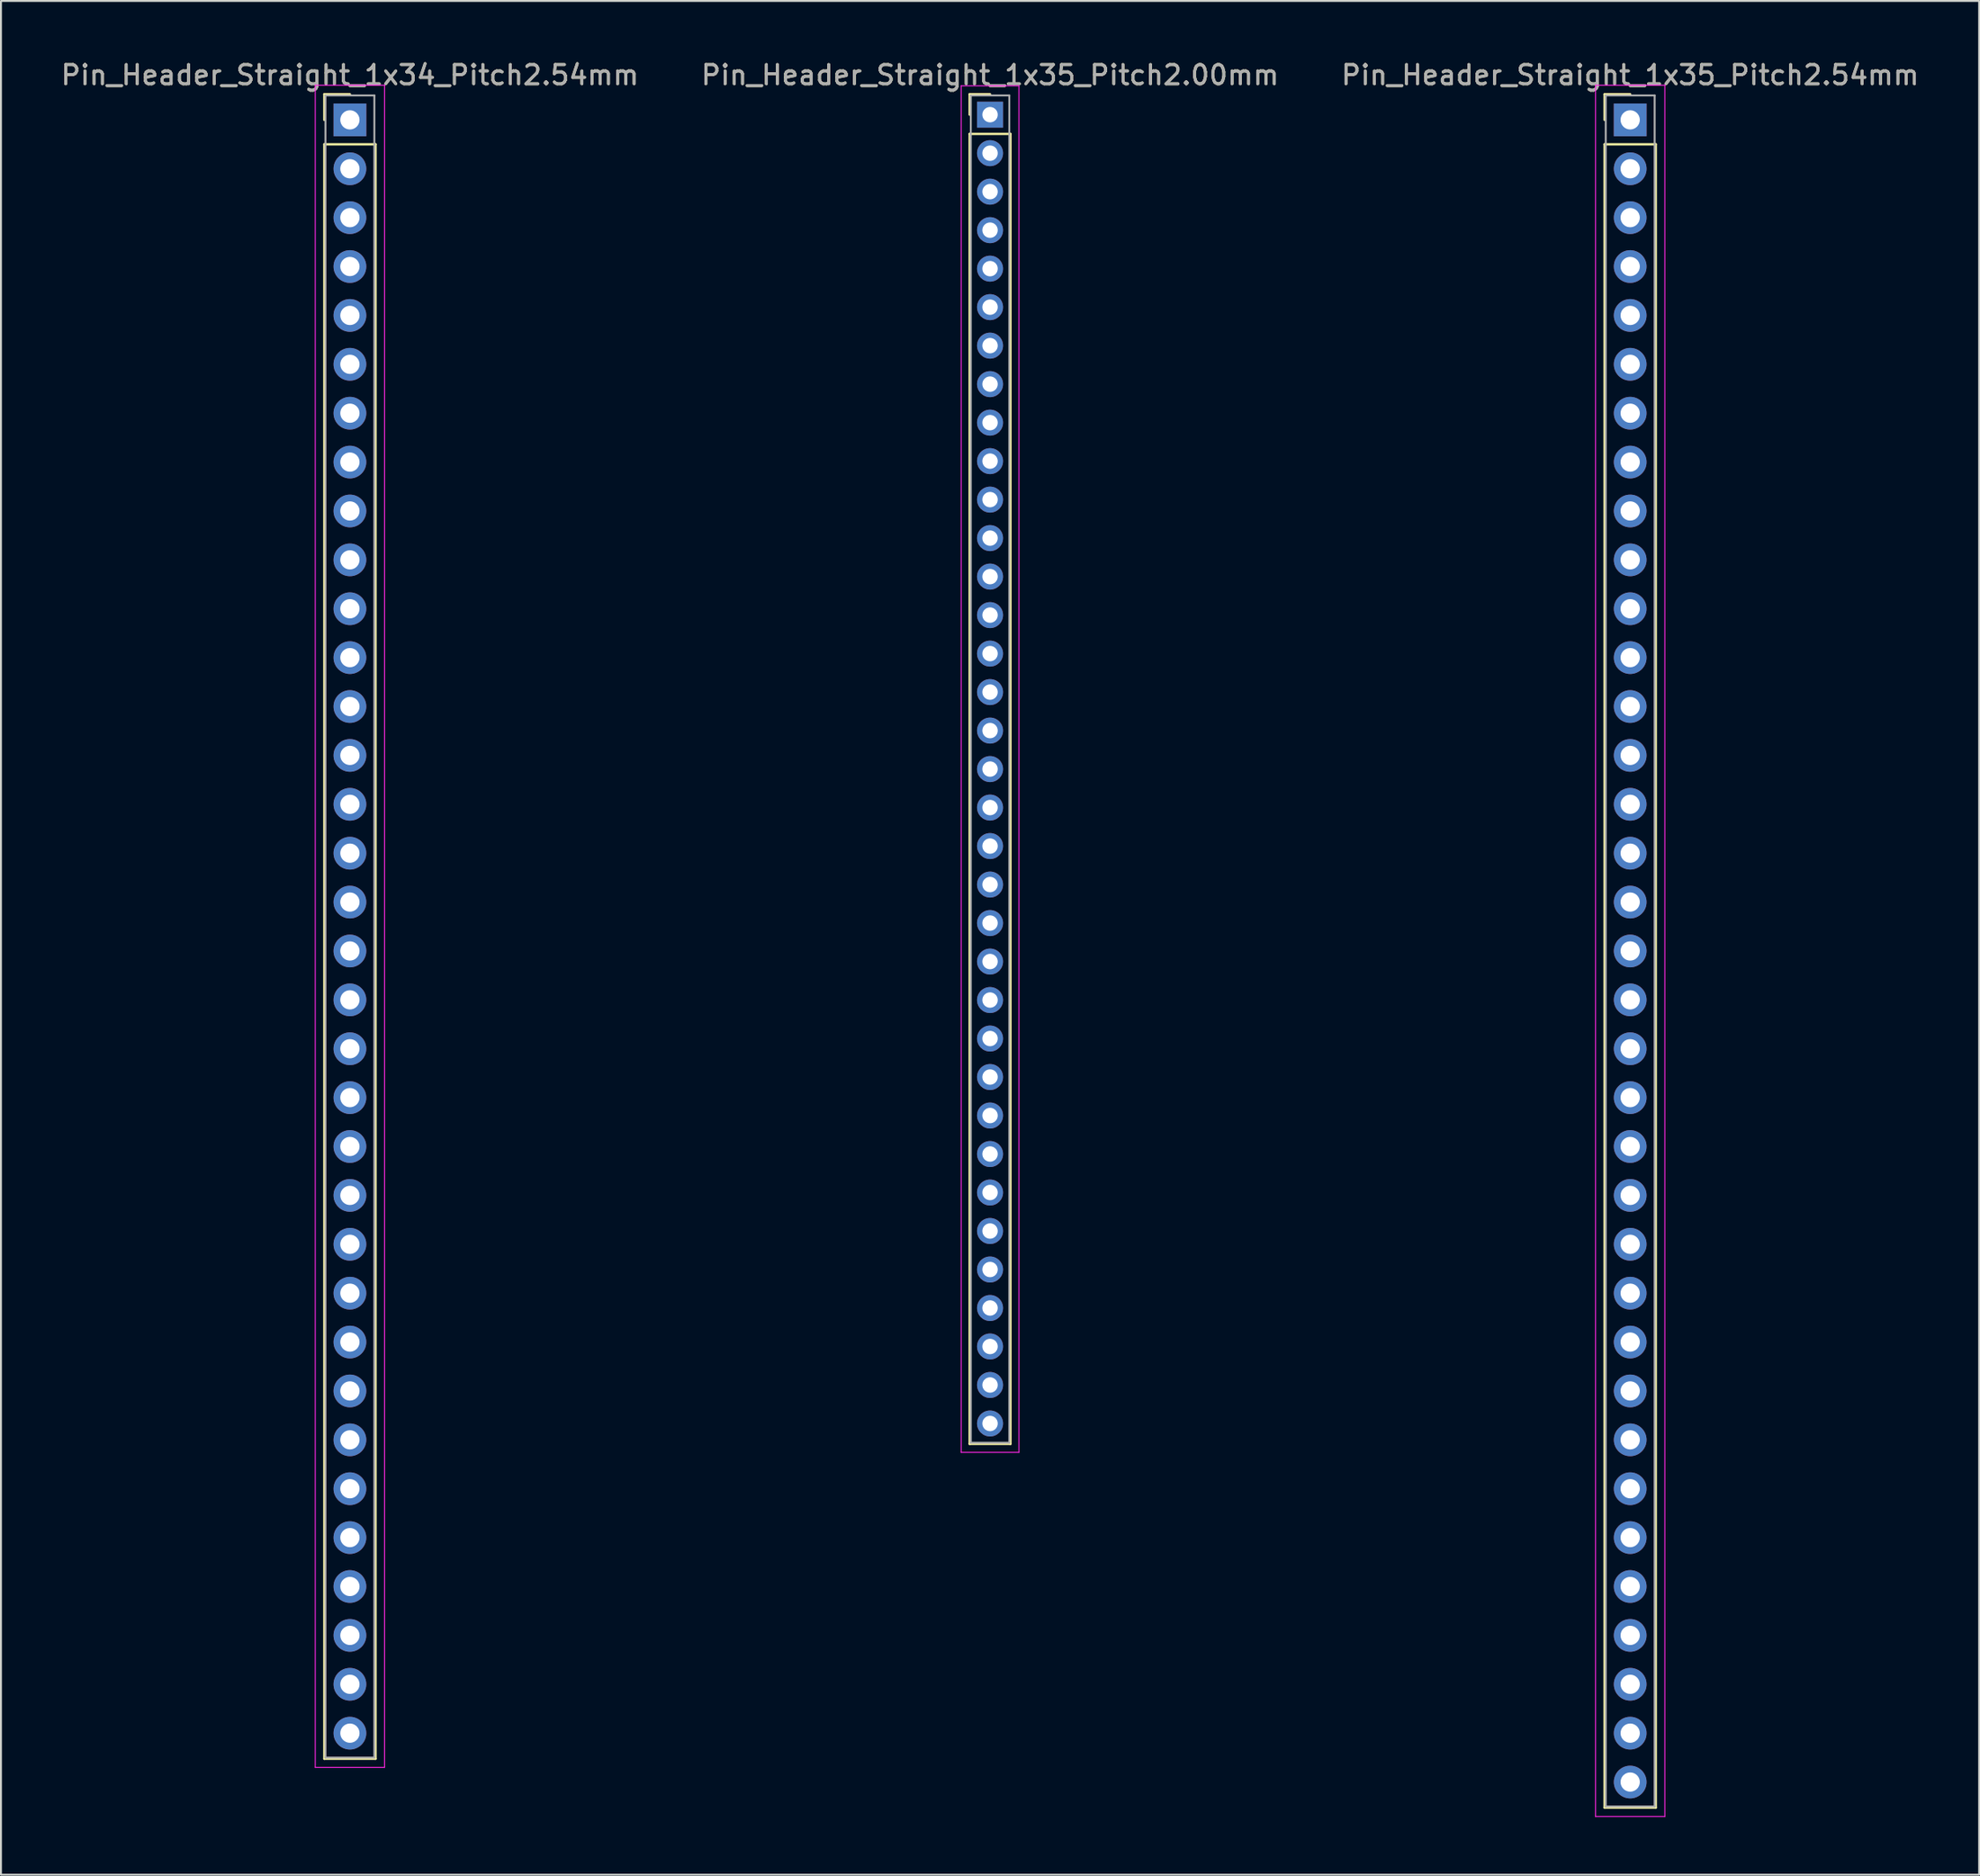
<source format=kicad_pcb>
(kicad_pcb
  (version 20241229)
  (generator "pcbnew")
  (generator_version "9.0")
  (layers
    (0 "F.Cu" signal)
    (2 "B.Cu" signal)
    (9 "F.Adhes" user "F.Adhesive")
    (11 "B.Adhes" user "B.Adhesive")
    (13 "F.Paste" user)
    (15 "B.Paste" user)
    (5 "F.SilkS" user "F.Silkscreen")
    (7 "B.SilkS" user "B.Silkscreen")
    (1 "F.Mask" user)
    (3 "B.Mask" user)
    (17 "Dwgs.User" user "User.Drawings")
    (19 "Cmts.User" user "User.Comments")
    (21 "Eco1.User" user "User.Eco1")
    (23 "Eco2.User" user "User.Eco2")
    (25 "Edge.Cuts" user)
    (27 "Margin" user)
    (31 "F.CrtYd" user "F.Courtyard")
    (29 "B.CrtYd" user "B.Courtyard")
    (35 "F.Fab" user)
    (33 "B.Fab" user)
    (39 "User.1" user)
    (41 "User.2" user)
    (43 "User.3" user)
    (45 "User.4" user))
  (footprint "Pin_Header_Straight_1x35_Pitch2.54mm"
    (layer "F.Cu")
    (at 81.625 3.178)
    (property "Reference" "Pin_Header_Straight_1x35_Pitch2.54mm" (at 0 -2.33 0) (layer "F.SilkS") (effects (font (size 1 1) (thickness 0.15))))
    (attr through_hole)
    (fp_line (start -1.33 -1.33) (end 0 -1.33) (stroke (width 0.12) (type solid)) (layer "F.SilkS"))
    (fp_line (start -1.33 0) (end -1.33 -1.33) (stroke (width 0.12) (type solid)) (layer "F.SilkS"))
    (fp_line (start -1.33 1.27) (end -1.33 87.69) (stroke (width 0.12) (type solid)) (layer "F.SilkS"))
    (fp_line (start -1.33 87.69) (end 1.33 87.69) (stroke (width 0.12) (type solid)) (layer "F.SilkS"))
    (fp_line (start 1.33 1.27) (end -1.33 1.27) (stroke (width 0.12) (type solid)) (layer "F.SilkS"))
    (fp_line (start 1.33 87.69) (end 1.33 1.27) (stroke (width 0.12) (type solid)) (layer "F.SilkS"))
    (fp_line (start -1.8 -1.8) (end -1.8 88.15) (stroke (width 0.05) (type solid)) (layer "F.CrtYd"))
    (fp_line (start -1.8 88.15) (end 1.8 88.15) (stroke (width 0.05) (type solid)) (layer "F.CrtYd"))
    (fp_line (start 1.8 -1.8) (end -1.8 -1.8) (stroke (width 0.05) (type solid)) (layer "F.CrtYd"))
    (fp_line (start 1.8 88.15) (end 1.8 -1.8) (stroke (width 0.05) (type solid)) (layer "F.CrtYd"))
    (fp_line (start -1.27 -1.27) (end -1.27 87.63) (stroke (width 0.1) (type solid)) (layer "F.Fab"))
    (fp_line (start -1.27 87.63) (end 1.27 87.63) (stroke (width 0.1) (type solid)) (layer "F.Fab"))
    (fp_line (start 1.27 -1.27) (end -1.27 -1.27) (stroke (width 0.1) (type solid)) (layer "F.Fab"))
    (fp_line (start 1.27 87.63) (end 1.27 -1.27) (stroke (width 0.1) (type solid)) (layer "F.Fab"))
    (fp_text user "${REFERENCE}" (at 0 -2.33 0) (layer "F.Fab") (effects (font (size 1 1) (thickness 0.15))))
    (pad "1" thru_hole rect (at 0 0) (size 1.7 1.7) (drill 1) (layers "*.Cu" "*.Mask"))
    (pad "2" thru_hole oval (at 0 2.54) (size 1.7 1.7) (drill 1) (layers "*.Cu" "*.Mask"))
    (pad "3" thru_hole oval (at 0 5.08) (size 1.7 1.7) (drill 1) (layers "*.Cu" "*.Mask"))
    (pad "4" thru_hole oval (at 0 7.62) (size 1.7 1.7) (drill 1) (layers "*.Cu" "*.Mask"))
    (pad "5" thru_hole oval (at 0 10.16) (size 1.7 1.7) (drill 1) (layers "*.Cu" "*.Mask"))
    (pad "6" thru_hole oval (at 0 12.7) (size 1.7 1.7) (drill 1) (layers "*.Cu" "*.Mask"))
    (pad "7" thru_hole oval (at 0 15.24) (size 1.7 1.7) (drill 1) (layers "*.Cu" "*.Mask"))
    (pad "8" thru_hole oval (at 0 17.78) (size 1.7 1.7) (drill 1) (layers "*.Cu" "*.Mask"))
    (pad "9" thru_hole oval (at 0 20.32) (size 1.7 1.7) (drill 1) (layers "*.Cu" "*.Mask"))
    (pad "10" thru_hole oval (at 0 22.86) (size 1.7 1.7) (drill 1) (layers "*.Cu" "*.Mask"))
    (pad "11" thru_hole oval (at 0 25.4) (size 1.7 1.7) (drill 1) (layers "*.Cu" "*.Mask"))
    (pad "12" thru_hole oval (at 0 27.94) (size 1.7 1.7) (drill 1) (layers "*.Cu" "*.Mask"))
    (pad "13" thru_hole oval (at 0 30.48) (size 1.7 1.7) (drill 1) (layers "*.Cu" "*.Mask"))
    (pad "14" thru_hole oval (at 0 33.02) (size 1.7 1.7) (drill 1) (layers "*.Cu" "*.Mask"))
    (pad "15" thru_hole oval (at 0 35.56) (size 1.7 1.7) (drill 1) (layers "*.Cu" "*.Mask"))
    (pad "16" thru_hole oval (at 0 38.1) (size 1.7 1.7) (drill 1) (layers "*.Cu" "*.Mask"))
    (pad "17" thru_hole oval (at 0 40.64) (size 1.7 1.7) (drill 1) (layers "*.Cu" "*.Mask"))
    (pad "18" thru_hole oval (at 0 43.18) (size 1.7 1.7) (drill 1) (layers "*.Cu" "*.Mask"))
    (pad "19" thru_hole oval (at 0 45.72) (size 1.7 1.7) (drill 1) (layers "*.Cu" "*.Mask"))
    (pad "20" thru_hole oval (at 0 48.26) (size 1.7 1.7) (drill 1) (layers "*.Cu" "*.Mask"))
    (pad "21" thru_hole oval (at 0 50.8) (size 1.7 1.7) (drill 1) (layers "*.Cu" "*.Mask"))
    (pad "22" thru_hole oval (at 0 53.34) (size 1.7 1.7) (drill 1) (layers "*.Cu" "*.Mask"))
    (pad "23" thru_hole oval (at 0 55.88) (size 1.7 1.7) (drill 1) (layers "*.Cu" "*.Mask"))
    (pad "24" thru_hole oval (at 0 58.42) (size 1.7 1.7) (drill 1) (layers "*.Cu" "*.Mask"))
    (pad "25" thru_hole oval (at 0 60.96) (size 1.7 1.7) (drill 1) (layers "*.Cu" "*.Mask"))
    (pad "26" thru_hole oval (at 0 63.5) (size 1.7 1.7) (drill 1) (layers "*.Cu" "*.Mask"))
    (pad "27" thru_hole oval (at 0 66.04) (size 1.7 1.7) (drill 1) (layers "*.Cu" "*.Mask"))
    (pad "28" thru_hole oval (at 0 68.58) (size 1.7 1.7) (drill 1) (layers "*.Cu" "*.Mask"))
    (pad "29" thru_hole oval (at 0 71.12) (size 1.7 1.7) (drill 1) (layers "*.Cu" "*.Mask"))
    (pad "30" thru_hole oval (at 0 73.66) (size 1.7 1.7) (drill 1) (layers "*.Cu" "*.Mask"))
    (pad "31" thru_hole oval (at 0 76.2) (size 1.7 1.7) (drill 1) (layers "*.Cu" "*.Mask"))
    (pad "32" thru_hole oval (at 0 78.74) (size 1.7 1.7) (drill 1) (layers "*.Cu" "*.Mask"))
    (pad "33" thru_hole oval (at 0 81.28) (size 1.7 1.7) (drill 1) (layers "*.Cu" "*.Mask"))
    (pad "34" thru_hole oval (at 0 83.82) (size 1.7 1.7) (drill 1) (layers "*.Cu" "*.Mask"))
    (pad "35" thru_hole oval (at 0 86.36) (size 1.7 1.7) (drill 1) (layers "*.Cu" "*.Mask")))
  (footprint "Pin_Header_Straight_1x34_Pitch2.54mm"
    (layer "F.Cu")
    (at 15.125 3.178)
    (property "Reference" "Pin_Header_Straight_1x34_Pitch2.54mm" (at 0 -2.33 0) (layer "F.SilkS") (effects (font (size 1 1) (thickness 0.15))))
    (attr through_hole)
    (fp_line (start -1.33 -1.33) (end 0 -1.33) (stroke (width 0.12) (type solid)) (layer "F.SilkS"))
    (fp_line (start -1.33 0) (end -1.33 -1.33) (stroke (width 0.12) (type solid)) (layer "F.SilkS"))
    (fp_line (start -1.33 1.27) (end -1.33 85.15) (stroke (width 0.12) (type solid)) (layer "F.SilkS"))
    (fp_line (start -1.33 85.15) (end 1.33 85.15) (stroke (width 0.12) (type solid)) (layer "F.SilkS"))
    (fp_line (start 1.33 1.27) (end -1.33 1.27) (stroke (width 0.12) (type solid)) (layer "F.SilkS"))
    (fp_line (start 1.33 85.15) (end 1.33 1.27) (stroke (width 0.12) (type solid)) (layer "F.SilkS"))
    (fp_line (start -1.8 -1.8) (end -1.8 85.6) (stroke (width 0.05) (type solid)) (layer "F.CrtYd"))
    (fp_line (start -1.8 85.6) (end 1.8 85.6) (stroke (width 0.05) (type solid)) (layer "F.CrtYd"))
    (fp_line (start 1.8 -1.8) (end -1.8 -1.8) (stroke (width 0.05) (type solid)) (layer "F.CrtYd"))
    (fp_line (start 1.8 85.6) (end 1.8 -1.8) (stroke (width 0.05) (type solid)) (layer "F.CrtYd"))
    (fp_line (start -1.27 -1.27) (end -1.27 85.09) (stroke (width 0.1) (type solid)) (layer "F.Fab"))
    (fp_line (start -1.27 85.09) (end 1.27 85.09) (stroke (width 0.1) (type solid)) (layer "F.Fab"))
    (fp_line (start 1.27 -1.27) (end -1.27 -1.27) (stroke (width 0.1) (type solid)) (layer "F.Fab"))
    (fp_line (start 1.27 85.09) (end 1.27 -1.27) (stroke (width 0.1) (type solid)) (layer "F.Fab"))
    (fp_text user "${REFERENCE}" (at 0 -2.33 0) (layer "F.Fab") (effects (font (size 1 1) (thickness 0.15))))
    (pad "1" thru_hole rect (at 0 0) (size 1.7 1.7) (drill 1) (layers "*.Cu" "*.Mask"))
    (pad "2" thru_hole oval (at 0 2.54) (size 1.7 1.7) (drill 1) (layers "*.Cu" "*.Mask"))
    (pad "3" thru_hole oval (at 0 5.08) (size 1.7 1.7) (drill 1) (layers "*.Cu" "*.Mask"))
    (pad "4" thru_hole oval (at 0 7.62) (size 1.7 1.7) (drill 1) (layers "*.Cu" "*.Mask"))
    (pad "5" thru_hole oval (at 0 10.16) (size 1.7 1.7) (drill 1) (layers "*.Cu" "*.Mask"))
    (pad "6" thru_hole oval (at 0 12.7) (size 1.7 1.7) (drill 1) (layers "*.Cu" "*.Mask"))
    (pad "7" thru_hole oval (at 0 15.24) (size 1.7 1.7) (drill 1) (layers "*.Cu" "*.Mask"))
    (pad "8" thru_hole oval (at 0 17.78) (size 1.7 1.7) (drill 1) (layers "*.Cu" "*.Mask"))
    (pad "9" thru_hole oval (at 0 20.32) (size 1.7 1.7) (drill 1) (layers "*.Cu" "*.Mask"))
    (pad "10" thru_hole oval (at 0 22.86) (size 1.7 1.7) (drill 1) (layers "*.Cu" "*.Mask"))
    (pad "11" thru_hole oval (at 0 25.4) (size 1.7 1.7) (drill 1) (layers "*.Cu" "*.Mask"))
    (pad "12" thru_hole oval (at 0 27.94) (size 1.7 1.7) (drill 1) (layers "*.Cu" "*.Mask"))
    (pad "13" thru_hole oval (at 0 30.48) (size 1.7 1.7) (drill 1) (layers "*.Cu" "*.Mask"))
    (pad "14" thru_hole oval (at 0 33.02) (size 1.7 1.7) (drill 1) (layers "*.Cu" "*.Mask"))
    (pad "15" thru_hole oval (at 0 35.56) (size 1.7 1.7) (drill 1) (layers "*.Cu" "*.Mask"))
    (pad "16" thru_hole oval (at 0 38.1) (size 1.7 1.7) (drill 1) (layers "*.Cu" "*.Mask"))
    (pad "17" thru_hole oval (at 0 40.64) (size 1.7 1.7) (drill 1) (layers "*.Cu" "*.Mask"))
    (pad "18" thru_hole oval (at 0 43.18) (size 1.7 1.7) (drill 1) (layers "*.Cu" "*.Mask"))
    (pad "19" thru_hole oval (at 0 45.72) (size 1.7 1.7) (drill 1) (layers "*.Cu" "*.Mask"))
    (pad "20" thru_hole oval (at 0 48.26) (size 1.7 1.7) (drill 1) (layers "*.Cu" "*.Mask"))
    (pad "21" thru_hole oval (at 0 50.8) (size 1.7 1.7) (drill 1) (layers "*.Cu" "*.Mask"))
    (pad "22" thru_hole oval (at 0 53.34) (size 1.7 1.7) (drill 1) (layers "*.Cu" "*.Mask"))
    (pad "23" thru_hole oval (at 0 55.88) (size 1.7 1.7) (drill 1) (layers "*.Cu" "*.Mask"))
    (pad "24" thru_hole oval (at 0 58.42) (size 1.7 1.7) (drill 1) (layers "*.Cu" "*.Mask"))
    (pad "25" thru_hole oval (at 0 60.96) (size 1.7 1.7) (drill 1) (layers "*.Cu" "*.Mask"))
    (pad "26" thru_hole oval (at 0 63.5) (size 1.7 1.7) (drill 1) (layers "*.Cu" "*.Mask"))
    (pad "27" thru_hole oval (at 0 66.04) (size 1.7 1.7) (drill 1) (layers "*.Cu" "*.Mask"))
    (pad "28" thru_hole oval (at 0 68.58) (size 1.7 1.7) (drill 1) (layers "*.Cu" "*.Mask"))
    (pad "29" thru_hole oval (at 0 71.12) (size 1.7 1.7) (drill 1) (layers "*.Cu" "*.Mask"))
    (pad "30" thru_hole oval (at 0 73.66) (size 1.7 1.7) (drill 1) (layers "*.Cu" "*.Mask"))
    (pad "31" thru_hole oval (at 0 76.2) (size 1.7 1.7) (drill 1) (layers "*.Cu" "*.Mask"))
    (pad "32" thru_hole oval (at 0 78.74) (size 1.7 1.7) (drill 1) (layers "*.Cu" "*.Mask"))
    (pad "33" thru_hole oval (at 0 81.28) (size 1.7 1.7) (drill 1) (layers "*.Cu" "*.Mask"))
    (pad "34" thru_hole oval (at 0 83.82) (size 1.7 1.7) (drill 1) (layers "*.Cu" "*.Mask")))
  (footprint "Pin_Header_Straight_1x35_Pitch2.00mm"
    (layer "F.Cu")
    (at 48.375 2.908)
    (property "Reference" "Pin_Header_Straight_1x35_Pitch2.00mm" (at 0 -2.06 0) (layer "F.SilkS") (effects (font (size 1 1) (thickness 0.15))))
    (attr through_hole)
    (fp_line (start -1.06 -1.06) (end 0 -1.06) (stroke (width 0.12) (type solid)) (layer "F.SilkS"))
    (fp_line (start -1.06 0) (end -1.06 -1.06) (stroke (width 0.12) (type solid)) (layer "F.SilkS"))
    (fp_line (start -1.06 1) (end -1.06 69.06) (stroke (width 0.12) (type solid)) (layer "F.SilkS"))
    (fp_line (start -1.06 69.06) (end 1.06 69.06) (stroke (width 0.12) (type solid)) (layer "F.SilkS"))
    (fp_line (start 1.06 1) (end -1.06 1) (stroke (width 0.12) (type solid)) (layer "F.SilkS"))
    (fp_line (start 1.06 69.06) (end 1.06 1) (stroke (width 0.12) (type solid)) (layer "F.SilkS"))
    (fp_line (start -1.5 -1.5) (end -1.5 69.5) (stroke (width 0.05) (type solid)) (layer "F.CrtYd"))
    (fp_line (start -1.5 69.5) (end 1.5 69.5) (stroke (width 0.05) (type solid)) (layer "F.CrtYd"))
    (fp_line (start 1.5 -1.5) (end -1.5 -1.5) (stroke (width 0.05) (type solid)) (layer "F.CrtYd"))
    (fp_line (start 1.5 69.5) (end 1.5 -1.5) (stroke (width 0.05) (type solid)) (layer "F.CrtYd"))
    (fp_line (start -1 -1) (end -1 69) (stroke (width 0.1) (type solid)) (layer "F.Fab"))
    (fp_line (start -1 69) (end 1 69) (stroke (width 0.1) (type solid)) (layer "F.Fab"))
    (fp_line (start 1 -1) (end -1 -1) (stroke (width 0.1) (type solid)) (layer "F.Fab"))
    (fp_line (start 1 69) (end 1 -1) (stroke (width 0.1) (type solid)) (layer "F.Fab"))
    (fp_text user "${REFERENCE}" (at 0 -2.06 0) (layer "F.Fab") (effects (font (size 1 1) (thickness 0.15))))
    (pad "1" thru_hole rect (at 0 0) (size 1.35 1.35) (drill 0.8) (layers "*.Cu" "*.Mask"))
    (pad "2" thru_hole oval (at 0 2) (size 1.35 1.35) (drill 0.8) (layers "*.Cu" "*.Mask"))
    (pad "3" thru_hole oval (at 0 4) (size 1.35 1.35) (drill 0.8) (layers "*.Cu" "*.Mask"))
    (pad "4" thru_hole oval (at 0 6) (size 1.35 1.35) (drill 0.8) (layers "*.Cu" "*.Mask"))
    (pad "5" thru_hole oval (at 0 8) (size 1.35 1.35) (drill 0.8) (layers "*.Cu" "*.Mask"))
    (pad "6" thru_hole oval (at 0 10) (size 1.35 1.35) (drill 0.8) (layers "*.Cu" "*.Mask"))
    (pad "7" thru_hole oval (at 0 12) (size 1.35 1.35) (drill 0.8) (layers "*.Cu" "*.Mask"))
    (pad "8" thru_hole oval (at 0 14) (size 1.35 1.35) (drill 0.8) (layers "*.Cu" "*.Mask"))
    (pad "9" thru_hole oval (at 0 16) (size 1.35 1.35) (drill 0.8) (layers "*.Cu" "*.Mask"))
    (pad "10" thru_hole oval (at 0 18) (size 1.35 1.35) (drill 0.8) (layers "*.Cu" "*.Mask"))
    (pad "11" thru_hole oval (at 0 20) (size 1.35 1.35) (drill 0.8) (layers "*.Cu" "*.Mask"))
    (pad "12" thru_hole oval (at 0 22) (size 1.35 1.35) (drill 0.8) (layers "*.Cu" "*.Mask"))
    (pad "13" thru_hole oval (at 0 24) (size 1.35 1.35) (drill 0.8) (layers "*.Cu" "*.Mask"))
    (pad "14" thru_hole oval (at 0 26) (size 1.35 1.35) (drill 0.8) (layers "*.Cu" "*.Mask"))
    (pad "15" thru_hole oval (at 0 28) (size 1.35 1.35) (drill 0.8) (layers "*.Cu" "*.Mask"))
    (pad "16" thru_hole oval (at 0 30) (size 1.35 1.35) (drill 0.8) (layers "*.Cu" "*.Mask"))
    (pad "17" thru_hole oval (at 0 32) (size 1.35 1.35) (drill 0.8) (layers "*.Cu" "*.Mask"))
    (pad "18" thru_hole oval (at 0 34) (size 1.35 1.35) (drill 0.8) (layers "*.Cu" "*.Mask"))
    (pad "19" thru_hole oval (at 0 36) (size 1.35 1.35) (drill 0.8) (layers "*.Cu" "*.Mask"))
    (pad "20" thru_hole oval (at 0 38) (size 1.35 1.35) (drill 0.8) (layers "*.Cu" "*.Mask"))
    (pad "21" thru_hole oval (at 0 40) (size 1.35 1.35) (drill 0.8) (layers "*.Cu" "*.Mask"))
    (pad "22" thru_hole oval (at 0 42) (size 1.35 1.35) (drill 0.8) (layers "*.Cu" "*.Mask"))
    (pad "23" thru_hole oval (at 0 44) (size 1.35 1.35) (drill 0.8) (layers "*.Cu" "*.Mask"))
    (pad "24" thru_hole oval (at 0 46) (size 1.35 1.35) (drill 0.8) (layers "*.Cu" "*.Mask"))
    (pad "25" thru_hole oval (at 0 48) (size 1.35 1.35) (drill 0.8) (layers "*.Cu" "*.Mask"))
    (pad "26" thru_hole oval (at 0 50) (size 1.35 1.35) (drill 0.8) (layers "*.Cu" "*.Mask"))
    (pad "27" thru_hole oval (at 0 52) (size 1.35 1.35) (drill 0.8) (layers "*.Cu" "*.Mask"))
    (pad "28" thru_hole oval (at 0 54) (size 1.35 1.35) (drill 0.8) (layers "*.Cu" "*.Mask"))
    (pad "29" thru_hole oval (at 0 56) (size 1.35 1.35) (drill 0.8) (layers "*.Cu" "*.Mask"))
    (pad "30" thru_hole oval (at 0 58) (size 1.35 1.35) (drill 0.8) (layers "*.Cu" "*.Mask"))
    (pad "31" thru_hole oval (at 0 60) (size 1.35 1.35) (drill 0.8) (layers "*.Cu" "*.Mask"))
    (pad "32" thru_hole oval (at 0 62) (size 1.35 1.35) (drill 0.8) (layers "*.Cu" "*.Mask"))
    (pad "33" thru_hole oval (at 0 64) (size 1.35 1.35) (drill 0.8) (layers "*.Cu" "*.Mask"))
    (pad "34" thru_hole oval (at 0 66) (size 1.35 1.35) (drill 0.8) (layers "*.Cu" "*.Mask"))
    (pad "35" thru_hole oval (at 0 68) (size 1.35 1.35) (drill 0.8) (layers "*.Cu" "*.Mask")))
  (gr_rect
    (start -3 -3)
    (end 99.75 94.353)
    (stroke (width 0.1) (type default))
    (fill no)
    (layer "Edge.Cuts")))
</source>
